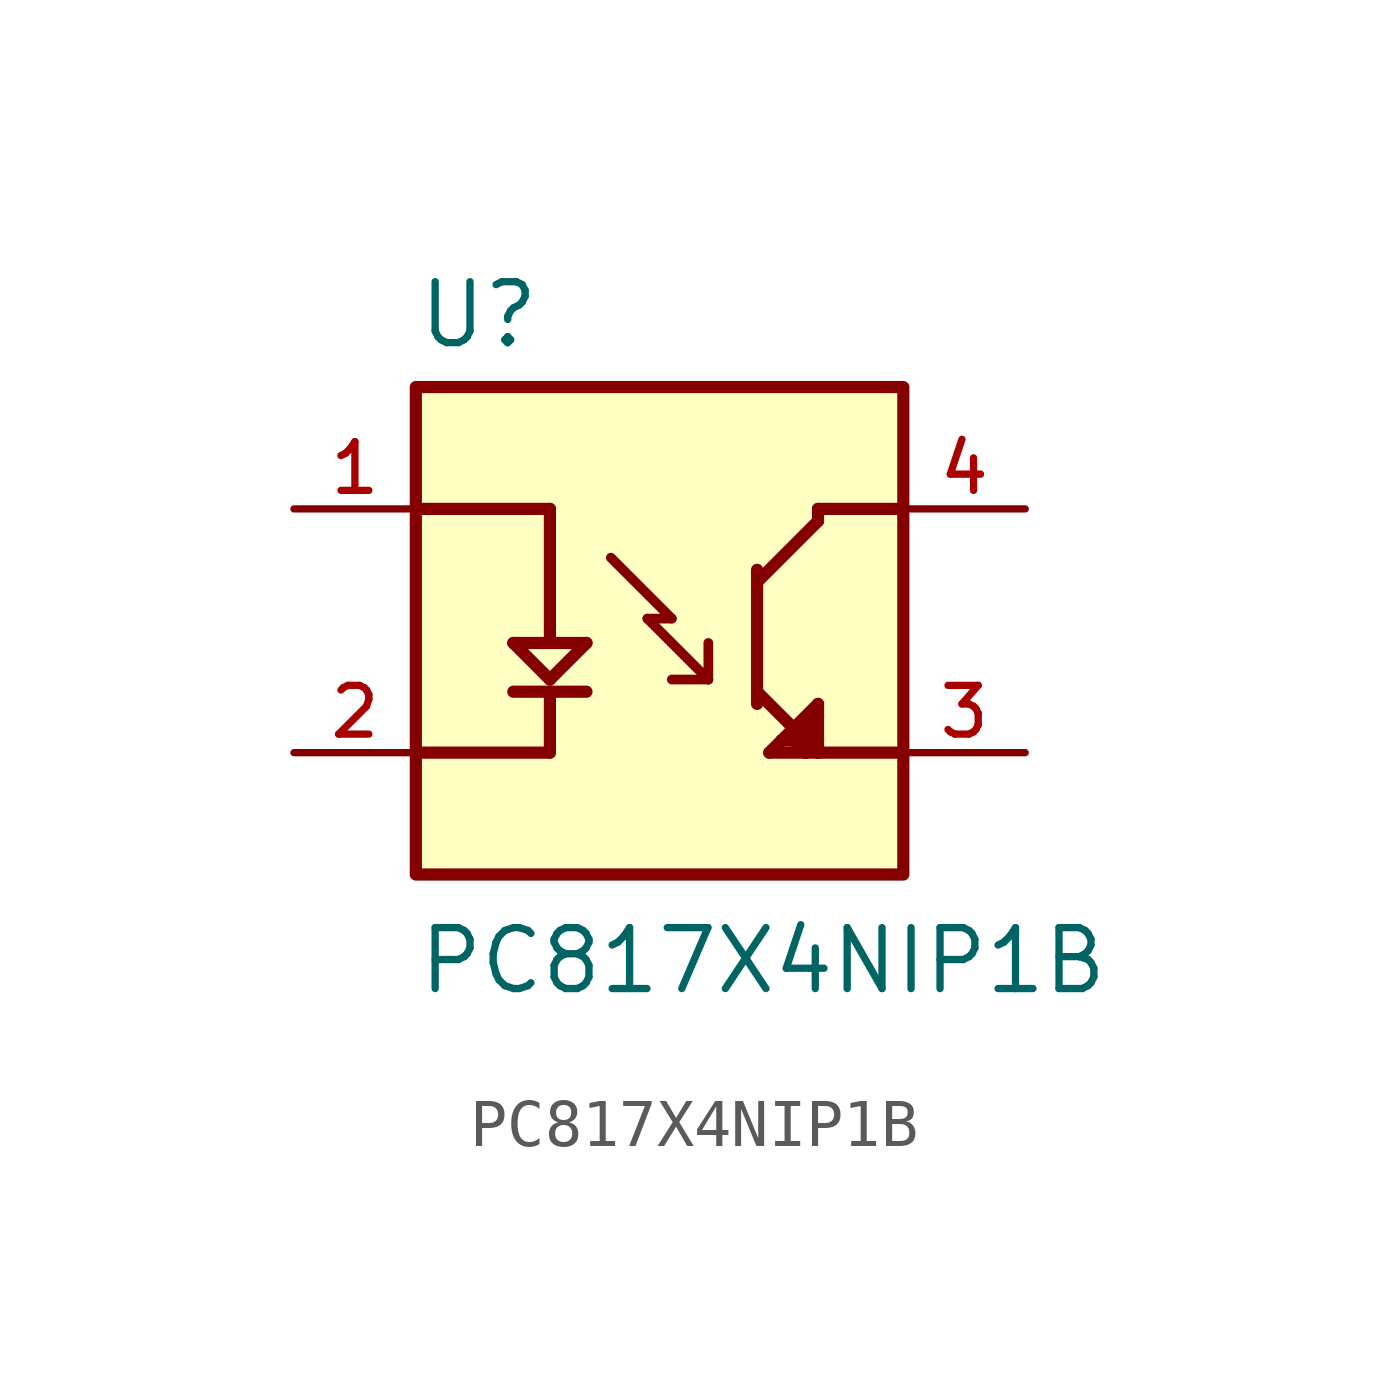
<source format=kicad_sym>
(kicad_symbol_lib
  (version 20211014)
  (generator kicad_symbol_editor)
  (symbol "PC817X4NIP1B"
    (pin_names
      (offset 1.016))
    (property "Reference" "U"
      (at -5.08 5.842 0)
      (effects (font (size 1.27 1.27)) (justify bottom left)))
    (property "Value" "PC817X4NIP1B"
      (at -5.08 -7.62 0)
      (effects (font (size 1.27 1.27)) (justify bottom left)))
    (symbol "PC817X4NIP1B_0_0"
      (polyline (pts (xy -5.08 2.54) (xy -2.286 2.54)) (stroke (width 0.254)))
      (polyline (pts (xy -2.286 2.54) (xy -2.286 -0.254)) (stroke (width 0.254)))
      (polyline (pts (xy -2.286 -0.254) (xy -1.524 -0.254)) (stroke (width 0.254)))
      (polyline (pts (xy -2.286 -0.254) (xy -3.048 -0.254)) (stroke (width 0.254)))
      (polyline (pts (xy -3.048 -0.254) (xy -2.286 -1.016)) (stroke (width 0.254)))
      (polyline (pts (xy -2.286 -1.016) (xy -1.524 -0.254)) (stroke (width 0.254)))
      (polyline (pts (xy -3.048 -1.27) (xy -1.524 -1.27)) (stroke (width 0.254)))
      (polyline (pts (xy -2.286 -1.27) (xy -2.286 -2.54)) (stroke (width 0.254)))
      (polyline (pts (xy -2.286 -2.54) (xy -5.08 -2.54)) (stroke (width 0.254)))
      (polyline (pts (xy 5.08 2.54) (xy 3.302 2.54)) (stroke (width 0.254)))
      (polyline (pts (xy 3.302 2.54) (xy 3.302 2.286)) (stroke (width 0.254)))
      (polyline (pts (xy 3.302 2.286) (xy 2.032 1.016)) (stroke (width 0.254)))
      (polyline (pts (xy 2.032 1.016) (xy 2.032 -1.27)) (stroke (width 0.254)))
      (polyline (pts (xy 2.032 -1.27) (xy 3.302 -2.54)) (stroke (width 0.254)))
      (polyline (pts (xy 3.302 -2.54) (xy 5.08 -2.54)) (stroke (width 0.254)))
      (polyline (pts (xy 3.302 -2.286) (xy 3.302 -1.778)) (stroke (width 0.254)))
      (polyline (pts (xy 3.302 -1.778) (xy 3.302 -1.524)) (stroke (width 0.254)))
      (polyline (pts (xy 3.302 -1.524) (xy 2.54 -2.286)) (stroke (width 0.254)))
      (polyline (pts (xy 2.54 -2.286) (xy 2.286 -2.54)) (stroke (width 0.254)))
      (polyline (pts (xy 2.286 -2.54) (xy 3.048 -2.54)) (stroke (width 0.254)))
      (polyline (pts (xy 3.048 -2.54) (xy 3.302 -2.54)) (stroke (width 0.254)))
      (polyline (pts (xy 3.302 -2.54) (xy 3.302 -2.286)) (stroke (width 0.254)))
      (polyline (pts (xy 3.302 -2.286) (xy 3.048 -2.032)) (stroke (width 0.254)))
      (polyline (pts (xy 3.048 -2.032) (xy 2.794 -2.286)) (stroke (width 0.254)))
      (polyline (pts (xy 2.54 -2.286) (xy 2.794 -2.286)) (stroke (width 0.254)))
      (polyline (pts (xy 2.794 -2.286) (xy 3.048 -2.54)) (stroke (width 0.254)))
      (polyline (pts (xy 3.048 -2.54) (xy 3.048 -2.032)) (stroke (width 0.254)))
      (polyline (pts (xy 3.048 -2.032) (xy 3.302 -1.778)) (stroke (width 0.254)))
      (polyline (pts (xy 2.032 -1.27) (xy 2.032 -1.524)) (stroke (width 0.254)))
      (polyline (pts (xy 2.032 1.016) (xy 2.032 1.27)) (stroke (width 0.254)))
      (polyline (pts (xy 0.254 0.254) (xy -0.254 0.254)) (stroke (width 0.203)))
      (polyline (pts (xy -0.254 0.254) (xy 1.016 -1.016)) (stroke (width 0.203)))
      (polyline (pts (xy 1.016 -1.016) (xy 1.016 -0.254)) (stroke (width 0.203)))
      (polyline (pts (xy 1.016 -1.016) (xy 0.254 -1.016)) (stroke (width 0.203)))
      (polyline (pts (xy -1.016 1.524) (xy 0.254 0.254)) (stroke (width 0.203)))
      (rectangle (start -5.08 -5.08) (end 5.08 5.08) (stroke (width 0.254)) (fill (type background)))
      (pin passive line (at -7.62 2.54 0) (length 2.54) (name "~" (effects (font (size 1.016 1.016)))) (number "1" (effects (font (size 1.016 1.016)))))
      (pin passive line (at -7.62 -2.54 0) (length 2.54) (name "~" (effects (font (size 1.016 1.016)))) (number "2" (effects (font (size 1.016 1.016)))))
      (pin passive line (at 7.62 2.54 180.0) (length 2.54) (name "~" (effects (font (size 1.016 1.016)))) (number "4" (effects (font (size 1.016 1.016)))))
      (pin passive line (at 7.62 -2.54 180.0) (length 2.54) (name "~" (effects (font (size 1.016 1.016)))) (number "3" (effects (font (size 1.016 1.016))))))))
</source>
